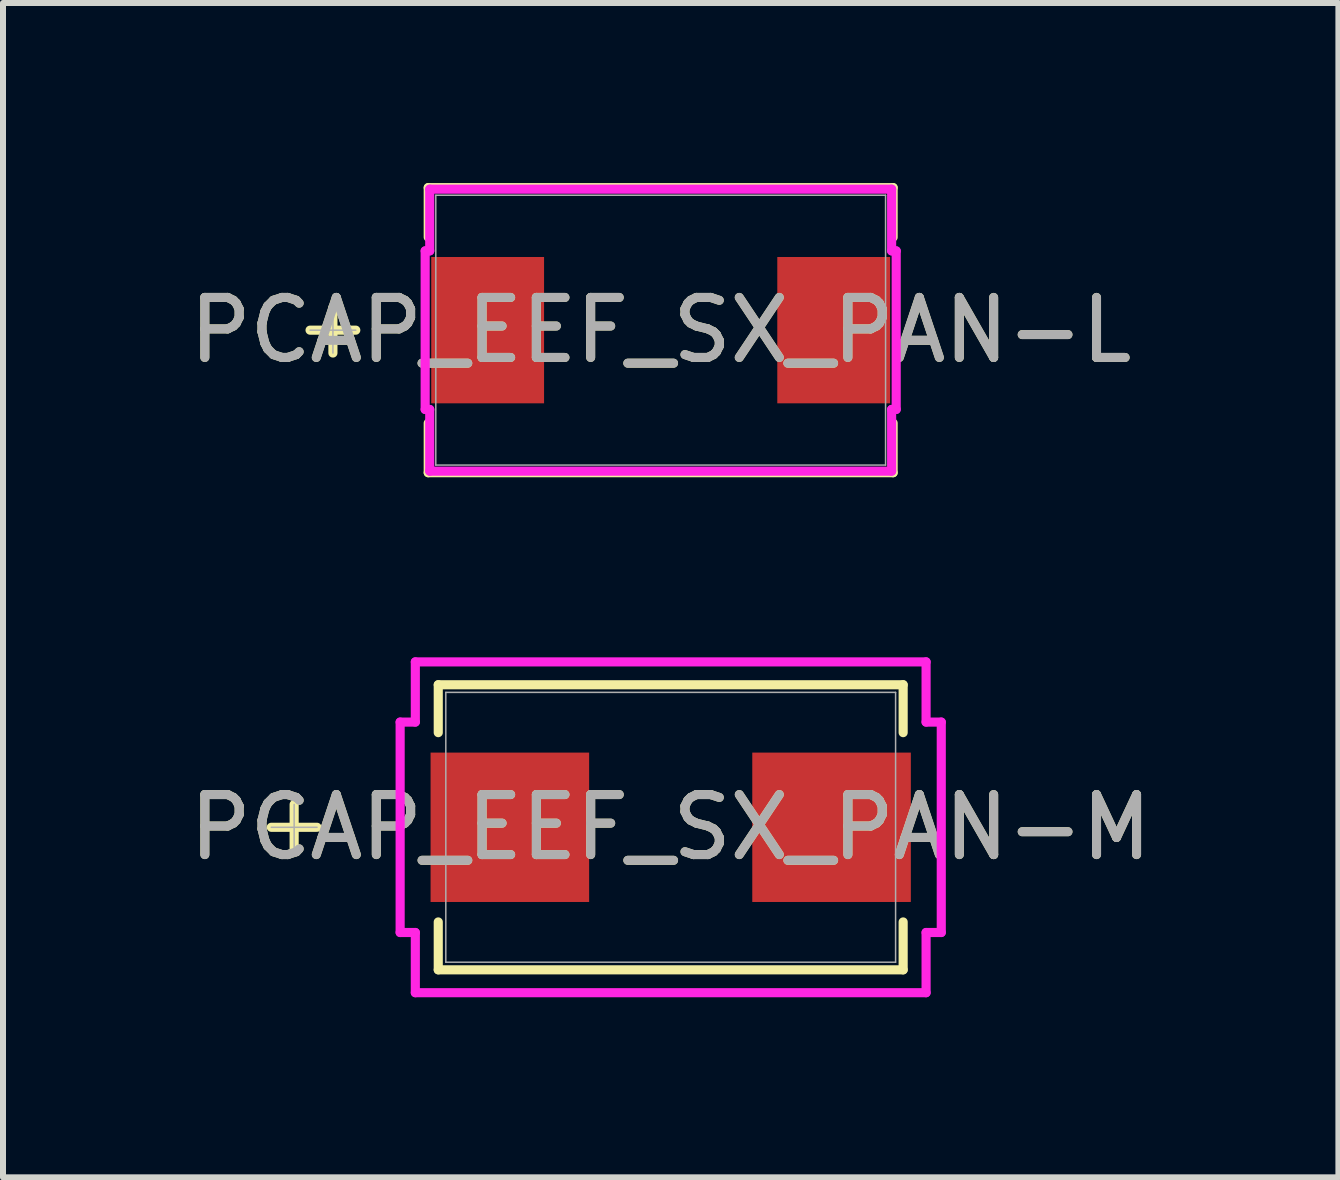
<source format=kicad_pcb>
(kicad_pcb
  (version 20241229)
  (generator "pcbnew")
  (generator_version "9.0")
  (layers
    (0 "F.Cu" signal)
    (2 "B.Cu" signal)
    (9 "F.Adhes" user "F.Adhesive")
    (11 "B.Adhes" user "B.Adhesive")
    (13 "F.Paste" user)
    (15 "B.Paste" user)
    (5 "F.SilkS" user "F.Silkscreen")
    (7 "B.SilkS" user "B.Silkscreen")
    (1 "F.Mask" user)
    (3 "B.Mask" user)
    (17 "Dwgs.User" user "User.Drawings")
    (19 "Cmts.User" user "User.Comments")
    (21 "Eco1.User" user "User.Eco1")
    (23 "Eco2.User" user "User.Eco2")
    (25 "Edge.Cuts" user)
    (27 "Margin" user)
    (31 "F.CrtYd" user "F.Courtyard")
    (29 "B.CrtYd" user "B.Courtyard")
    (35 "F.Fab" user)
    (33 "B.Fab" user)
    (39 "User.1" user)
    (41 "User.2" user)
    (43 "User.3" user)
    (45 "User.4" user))
  (footprint "PCAP_EEF_SX_PAN-L"
    (layer "F.Cu")
    (at 7.958 2.451)
    (property "Reference" "PCAP_EEF_SX_PAN-L" (at 0 0 0) (unlocked yes) (layer "F.SilkS") (effects (font (size 1 1) (thickness 0.15))))
    (attr smd)
    (fp_line (start -5.461 -0.381) (end -5.461 0.381) (stroke (width 0.152) (type solid)) (layer "F.SilkS"))
    (fp_line (start -5.08 0) (end -5.842 0) (stroke (width 0.152) (type solid)) (layer "F.SilkS"))
    (fp_line (start -3.873 -2.375) (end -3.873 -1.548) (stroke (width 0.152) (type solid)) (layer "F.SilkS"))
    (fp_line (start -3.873 1.548) (end -3.873 2.375) (stroke (width 0.152) (type solid)) (layer "F.SilkS"))
    (fp_line (start -3.873 2.375) (end 3.873 2.375) (stroke (width 0.152) (type solid)) (layer "F.SilkS"))
    (fp_line (start 3.873 -2.375) (end -3.873 -2.375) (stroke (width 0.152) (type solid)) (layer "F.SilkS"))
    (fp_line (start 3.873 -1.548) (end 3.873 -2.375) (stroke (width 0.152) (type solid)) (layer "F.SilkS"))
    (fp_line (start 3.873 2.375) (end 3.873 1.548) (stroke (width 0.152) (type solid)) (layer "F.SilkS"))
    (fp_line (start -3.924 -1.321) (end -3.848 -1.321) (stroke (width 0.152) (type solid)) (layer "F.CrtYd"))
    (fp_line (start -3.924 1.321) (end -3.924 -1.321) (stroke (width 0.152) (type solid)) (layer "F.CrtYd"))
    (fp_line (start -3.848 -2.349) (end 3.848 -2.349) (stroke (width 0.152) (type solid)) (layer "F.CrtYd"))
    (fp_line (start -3.848 -1.321) (end -3.848 -2.349) (stroke (width 0.152) (type solid)) (layer "F.CrtYd"))
    (fp_line (start -3.848 1.321) (end -3.924 1.321) (stroke (width 0.152) (type solid)) (layer "F.CrtYd"))
    (fp_line (start -3.848 2.349) (end -3.848 1.321) (stroke (width 0.152) (type solid)) (layer "F.CrtYd"))
    (fp_line (start 3.848 -2.349) (end 3.848 -1.321) (stroke (width 0.152) (type solid)) (layer "F.CrtYd"))
    (fp_line (start 3.848 -1.321) (end 3.924 -1.321) (stroke (width 0.152) (type solid)) (layer "F.CrtYd"))
    (fp_line (start 3.848 1.321) (end 3.848 2.349) (stroke (width 0.152) (type solid)) (layer "F.CrtYd"))
    (fp_line (start 3.848 2.349) (end -3.848 2.349) (stroke (width 0.152) (type solid)) (layer "F.CrtYd"))
    (fp_line (start 3.924 -1.321) (end 3.924 1.321) (stroke (width 0.152) (type solid)) (layer "F.CrtYd"))
    (fp_line (start 3.924 1.321) (end 3.848 1.321) (stroke (width 0.152) (type solid)) (layer "F.CrtYd"))
    (fp_line (start -5.461 -0.381) (end -5.461 0.381) (stroke (width 0.025) (type solid)) (layer "F.Fab"))
    (fp_line (start -5.08 0) (end -5.842 0) (stroke (width 0.025) (type solid)) (layer "F.Fab"))
    (fp_line (start -3.747 -2.248) (end -3.747 2.248) (stroke (width 0.025) (type solid)) (layer "F.Fab"))
    (fp_line (start -3.747 2.248) (end 3.747 2.248) (stroke (width 0.025) (type solid)) (layer "F.Fab"))
    (fp_line (start 3.747 -2.248) (end -3.747 -2.248) (stroke (width 0.025) (type solid)) (layer "F.Fab"))
    (fp_line (start 3.747 2.248) (end 3.747 -2.248) (stroke (width 0.025) (type solid)) (layer "F.Fab"))
    (fp_text user "${REFERENCE}" (at 0 0 0) (unlocked yes) (layer "F.Fab") (effects (font (size 1 1) (thickness 0.15))))
    (pad "1" smd rect (at -2.883 0 90) (size 2.438 1.88) (layers "F.Cu" "F.Mask" "F.Paste"))
    (pad "2" smd rect (at 2.883 0 90) (size 2.438 1.88) (layers "F.Cu" "F.Mask" "F.Paste"))
    (zone (net_name "") (layer "F.Cu") (hatch full 0.508) (connect_pads) (min_thickness 0.254) (filled_areas_thickness no) (keepout (tracks not_allowed) (vias not_allowed) (pads allowed) (copperpour not_allowed) (footprints allowed)) (placement (enabled no)) (fill) (polygon (pts (xy 4.263 0.254) (xy 11.654 0.254) (xy 11.654 1.156) (xy 4.263 1.156))))
    (zone (net_name "") (layer "F.Cu") (hatch full 0.508) (connect_pads) (min_thickness 0.254) (filled_areas_thickness no) (keepout (tracks not_allowed) (vias not_allowed) (pads allowed) (copperpour not_allowed) (footprints allowed)) (placement (enabled no)) (fill) (polygon (pts (xy 4.263 3.747) (xy 11.654 3.747) (xy 11.654 4.648) (xy 4.263 4.648))))
    (zone (net_name "") (layer "F.Cu") (hatch full 0.508) (connect_pads) (min_thickness 0.254) (filled_areas_thickness no) (keepout (tracks not_allowed) (vias not_allowed) (pads allowed) (copperpour not_allowed) (footprints allowed)) (placement (enabled no)) (fill) (polygon (pts (xy 6.066 1.156) (xy 9.851 1.156) (xy 9.851 3.747) (xy 6.066 3.747)))))
  (footprint "PCAP_EEF_SX_PAN-M"
    (layer "F.Cu")
    (at 8.125 10.734)
    (property "Reference" "PCAP_EEF_SX_PAN-M" (at 0 0 0) (unlocked yes) (layer "F.SilkS") (effects (font (size 1 1) (thickness 0.15))))
    (attr smd)
    (fp_line (start -6.274 -0.381) (end -6.274 0.381) (stroke (width 0.152) (type solid)) (layer "F.SilkS"))
    (fp_line (start -5.893 0) (end -6.655 0) (stroke (width 0.152) (type solid)) (layer "F.SilkS"))
    (fp_line (start -3.873 -2.375) (end -3.873 -1.577) (stroke (width 0.152) (type solid)) (layer "F.SilkS"))
    (fp_line (start -3.873 1.577) (end -3.873 2.375) (stroke (width 0.152) (type solid)) (layer "F.SilkS"))
    (fp_line (start -3.873 2.375) (end 3.873 2.375) (stroke (width 0.152) (type solid)) (layer "F.SilkS"))
    (fp_line (start 3.873 -2.375) (end -3.873 -2.375) (stroke (width 0.152) (type solid)) (layer "F.SilkS"))
    (fp_line (start 3.873 -1.577) (end 3.873 -2.375) (stroke (width 0.152) (type solid)) (layer "F.SilkS"))
    (fp_line (start 3.873 2.375) (end 3.873 1.577) (stroke (width 0.152) (type solid)) (layer "F.SilkS"))
    (fp_line (start -4.508 -1.753) (end -4.255 -1.753) (stroke (width 0.152) (type solid)) (layer "F.CrtYd"))
    (fp_line (start -4.508 1.753) (end -4.508 -1.753) (stroke (width 0.152) (type solid)) (layer "F.CrtYd"))
    (fp_line (start -4.255 -2.756) (end 4.255 -2.756) (stroke (width 0.152) (type solid)) (layer "F.CrtYd"))
    (fp_line (start -4.255 -1.753) (end -4.255 -2.756) (stroke (width 0.152) (type solid)) (layer "F.CrtYd"))
    (fp_line (start -4.255 1.753) (end -4.508 1.753) (stroke (width 0.152) (type solid)) (layer "F.CrtYd"))
    (fp_line (start -4.255 2.756) (end -4.255 1.753) (stroke (width 0.152) (type solid)) (layer "F.CrtYd"))
    (fp_line (start 4.255 -2.756) (end 4.255 -1.753) (stroke (width 0.152) (type solid)) (layer "F.CrtYd"))
    (fp_line (start 4.255 -1.753) (end 4.508 -1.753) (stroke (width 0.152) (type solid)) (layer "F.CrtYd"))
    (fp_line (start 4.255 1.753) (end 4.255 2.756) (stroke (width 0.152) (type solid)) (layer "F.CrtYd"))
    (fp_line (start 4.255 2.756) (end -4.255 2.756) (stroke (width 0.152) (type solid)) (layer "F.CrtYd"))
    (fp_line (start 4.508 -1.753) (end 4.508 1.753) (stroke (width 0.152) (type solid)) (layer "F.CrtYd"))
    (fp_line (start 4.508 1.753) (end 4.255 1.753) (stroke (width 0.152) (type solid)) (layer "F.CrtYd"))
    (fp_line (start -6.274 -0.381) (end -6.274 0.381) (stroke (width 0.025) (type solid)) (layer "F.Fab"))
    (fp_line (start -5.893 0) (end -6.655 0) (stroke (width 0.025) (type solid)) (layer "F.Fab"))
    (fp_line (start -3.747 -2.248) (end -3.747 2.248) (stroke (width 0.025) (type solid)) (layer "F.Fab"))
    (fp_line (start -3.747 2.248) (end 3.747 2.248) (stroke (width 0.025) (type solid)) (layer "F.Fab"))
    (fp_line (start 3.747 -2.248) (end -3.747 -2.248) (stroke (width 0.025) (type solid)) (layer "F.Fab"))
    (fp_line (start 3.747 2.248) (end 3.747 -2.248) (stroke (width 0.025) (type solid)) (layer "F.Fab"))
    (fp_text user "${REFERENCE}" (at 0 0 0) (unlocked yes) (layer "F.Fab") (effects (font (size 1 1) (thickness 0.15))))
    (pad "1" smd rect (at -2.68 0 90) (size 2.489 2.642) (layers "F.Cu" "F.Mask" "F.Paste"))
    (pad "2" smd rect (at 2.68 0 90) (size 2.489 2.642) (layers "F.Cu" "F.Mask" "F.Paste"))
    (zone (net_name "") (layer "F.Cu") (hatch full 0.508) (connect_pads) (min_thickness 0.254) (filled_areas_thickness no) (keepout (tracks not_allowed) (vias not_allowed) (pads allowed) (copperpour not_allowed) (footprints allowed)) (placement (enabled no)) (fill) (polygon (pts (xy 4.429 8.537) (xy 11.821 8.537) (xy 11.821 9.439) (xy 4.429 9.439))))
    (zone (net_name "") (layer "F.Cu") (hatch full 0.508) (connect_pads) (min_thickness 0.254) (filled_areas_thickness no) (keepout (tracks not_allowed) (vias not_allowed) (pads allowed) (copperpour not_allowed) (footprints allowed)) (placement (enabled no)) (fill) (polygon (pts (xy 4.429 12.03) (xy 11.821 12.03) (xy 11.821 12.931) (xy 4.429 12.931))))
    (zone (net_name "") (layer "F.Cu") (hatch full 0.508) (connect_pads) (min_thickness 0.254) (filled_areas_thickness no) (keepout (tracks not_allowed) (vias not_allowed) (pads allowed) (copperpour not_allowed) (footprints allowed)) (placement (enabled no)) (fill) (polygon (pts (xy 6.817 9.439) (xy 9.433 9.439) (xy 9.433 12.03) (xy 6.817 12.03)))))
  (gr_rect
    (start -3 -3)
    (end 19.25 16.566)
    (stroke (width 0.1) (type default))
    (fill no)
    (layer "Edge.Cuts")))
</source>
